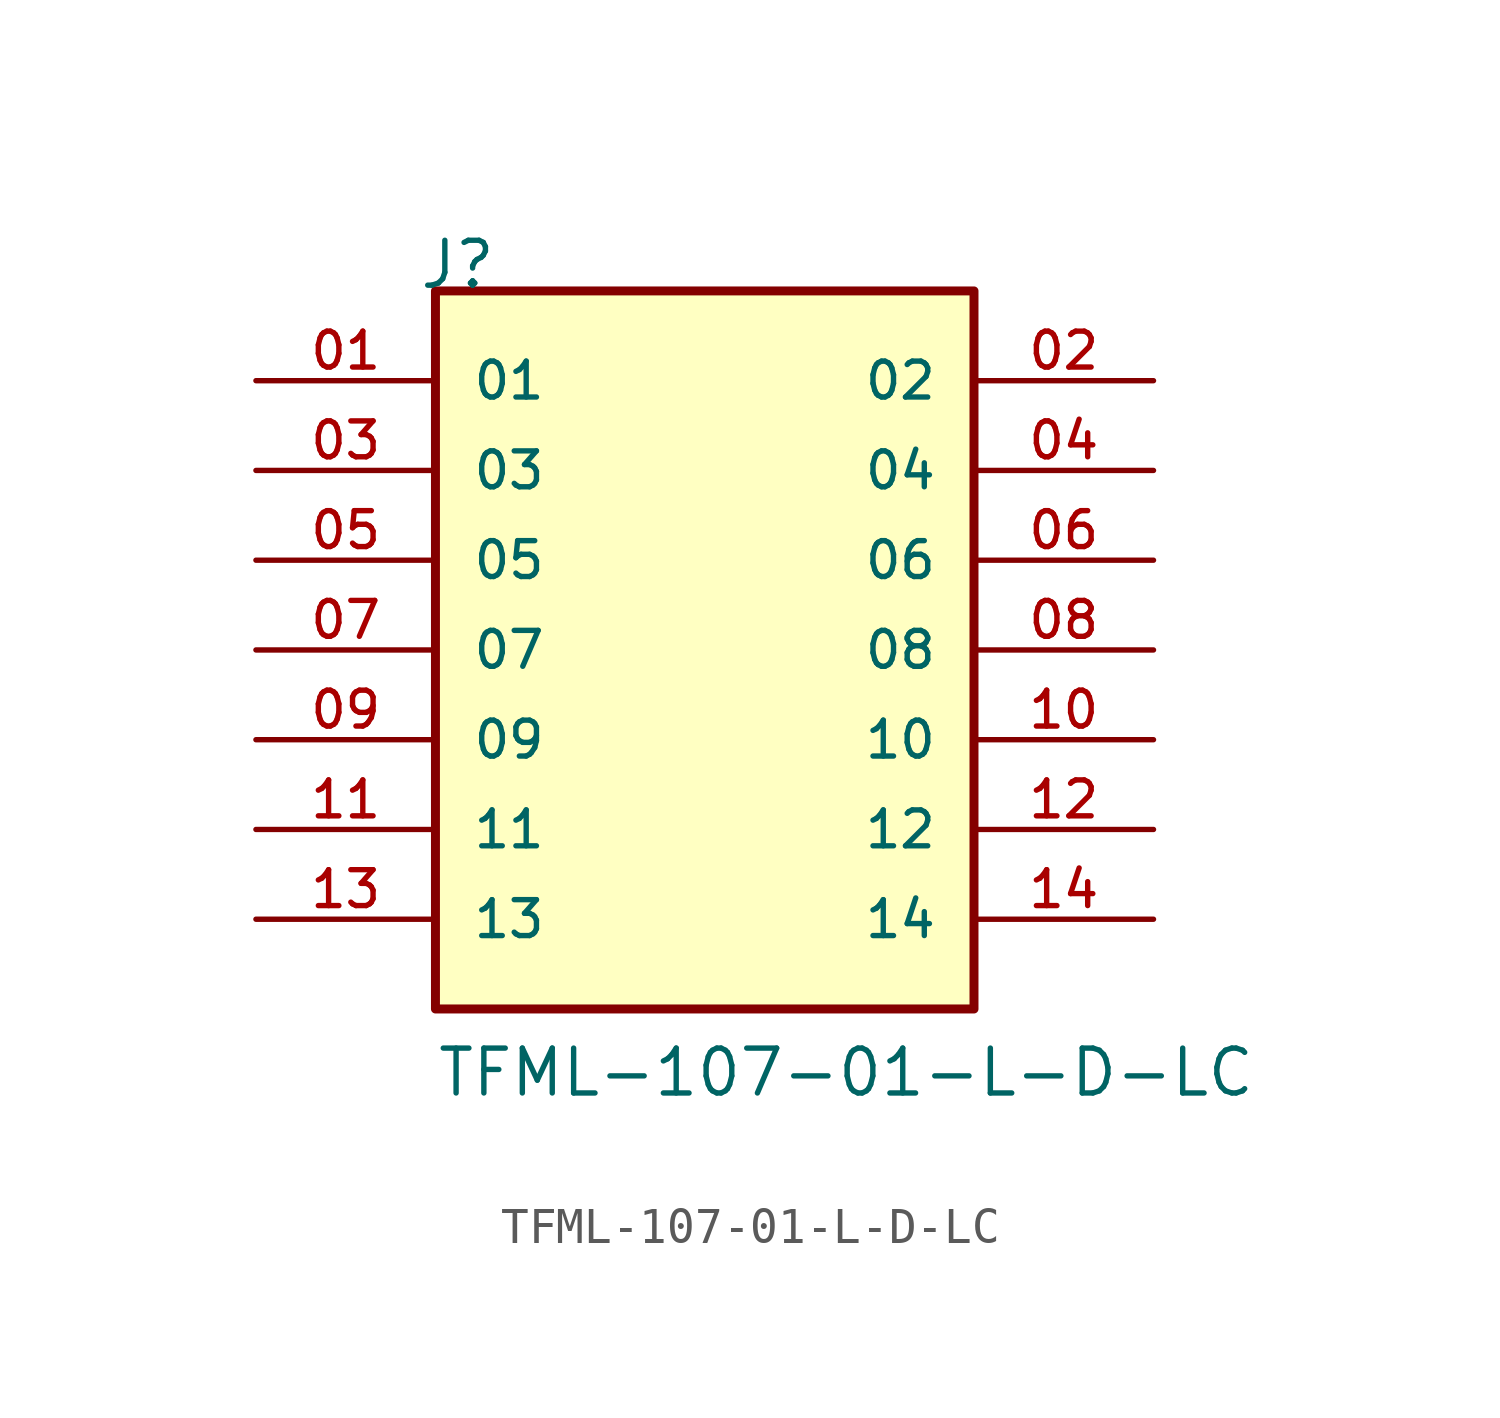
<source format=kicad_sym>
(kicad_symbol_lib
  (version 20211014)
  (generator kicad_symbol_editor)
  (symbol "TFML-107-01-L-D-LC"
    (pin_names
      (offset 1.016))
    (property "Reference" "J"
      (at -8.12 10.16 0)
      (effects (font (size 1.27 1.27)) (justify bottom left)))
    (property "Value" "TFML-107-01-L-D-LC"
      (at -7.62 -12.7 0)
      (effects (font (size 1.27 1.27)) (justify bottom left)))
    (symbol "TFML-107-01-L-D-LC_0_0"
      (rectangle (start -7.62 -10.16) (end 7.62 10.16) (stroke (width 0.254)) (fill (type background)))
      (pin passive line (at -12.7 7.62 0) (length 5.08) (name "01" (effects (font (size 1.016 1.016)))) (number "01" (effects (font (size 1.016 1.016)))))
      (pin passive line (at 12.7 7.62 180.0) (length 5.08) (name "02" (effects (font (size 1.016 1.016)))) (number "02" (effects (font (size 1.016 1.016)))))
      (pin passive line (at -12.7 5.08 0) (length 5.08) (name "03" (effects (font (size 1.016 1.016)))) (number "03" (effects (font (size 1.016 1.016)))))
      (pin passive line (at 12.7 5.08 180.0) (length 5.08) (name "04" (effects (font (size 1.016 1.016)))) (number "04" (effects (font (size 1.016 1.016)))))
      (pin passive line (at -12.7 2.54 0) (length 5.08) (name "05" (effects (font (size 1.016 1.016)))) (number "05" (effects (font (size 1.016 1.016)))))
      (pin passive line (at 12.7 2.54 180.0) (length 5.08) (name "06" (effects (font (size 1.016 1.016)))) (number "06" (effects (font (size 1.016 1.016)))))
      (pin passive line (at -12.7 0.0 0) (length 5.08) (name "07" (effects (font (size 1.016 1.016)))) (number "07" (effects (font (size 1.016 1.016)))))
      (pin passive line (at 12.7 0.0 180.0) (length 5.08) (name "08" (effects (font (size 1.016 1.016)))) (number "08" (effects (font (size 1.016 1.016)))))
      (pin passive line (at -12.7 -2.54 0) (length 5.08) (name "09" (effects (font (size 1.016 1.016)))) (number "09" (effects (font (size 1.016 1.016)))))
      (pin passive line (at 12.7 -2.54 180.0) (length 5.08) (name "10" (effects (font (size 1.016 1.016)))) (number "10" (effects (font (size 1.016 1.016)))))
      (pin passive line (at -12.7 -5.08 0) (length 5.08) (name "11" (effects (font (size 1.016 1.016)))) (number "11" (effects (font (size 1.016 1.016)))))
      (pin passive line (at 12.7 -5.08 180.0) (length 5.08) (name "12" (effects (font (size 1.016 1.016)))) (number "12" (effects (font (size 1.016 1.016)))))
      (pin passive line (at -12.7 -7.62 0) (length 5.08) (name "13" (effects (font (size 1.016 1.016)))) (number "13" (effects (font (size 1.016 1.016)))))
      (pin passive line (at 12.7 -7.62 180.0) (length 5.08) (name "14" (effects (font (size 1.016 1.016)))) (number "14" (effects (font (size 1.016 1.016))))))))
</source>
